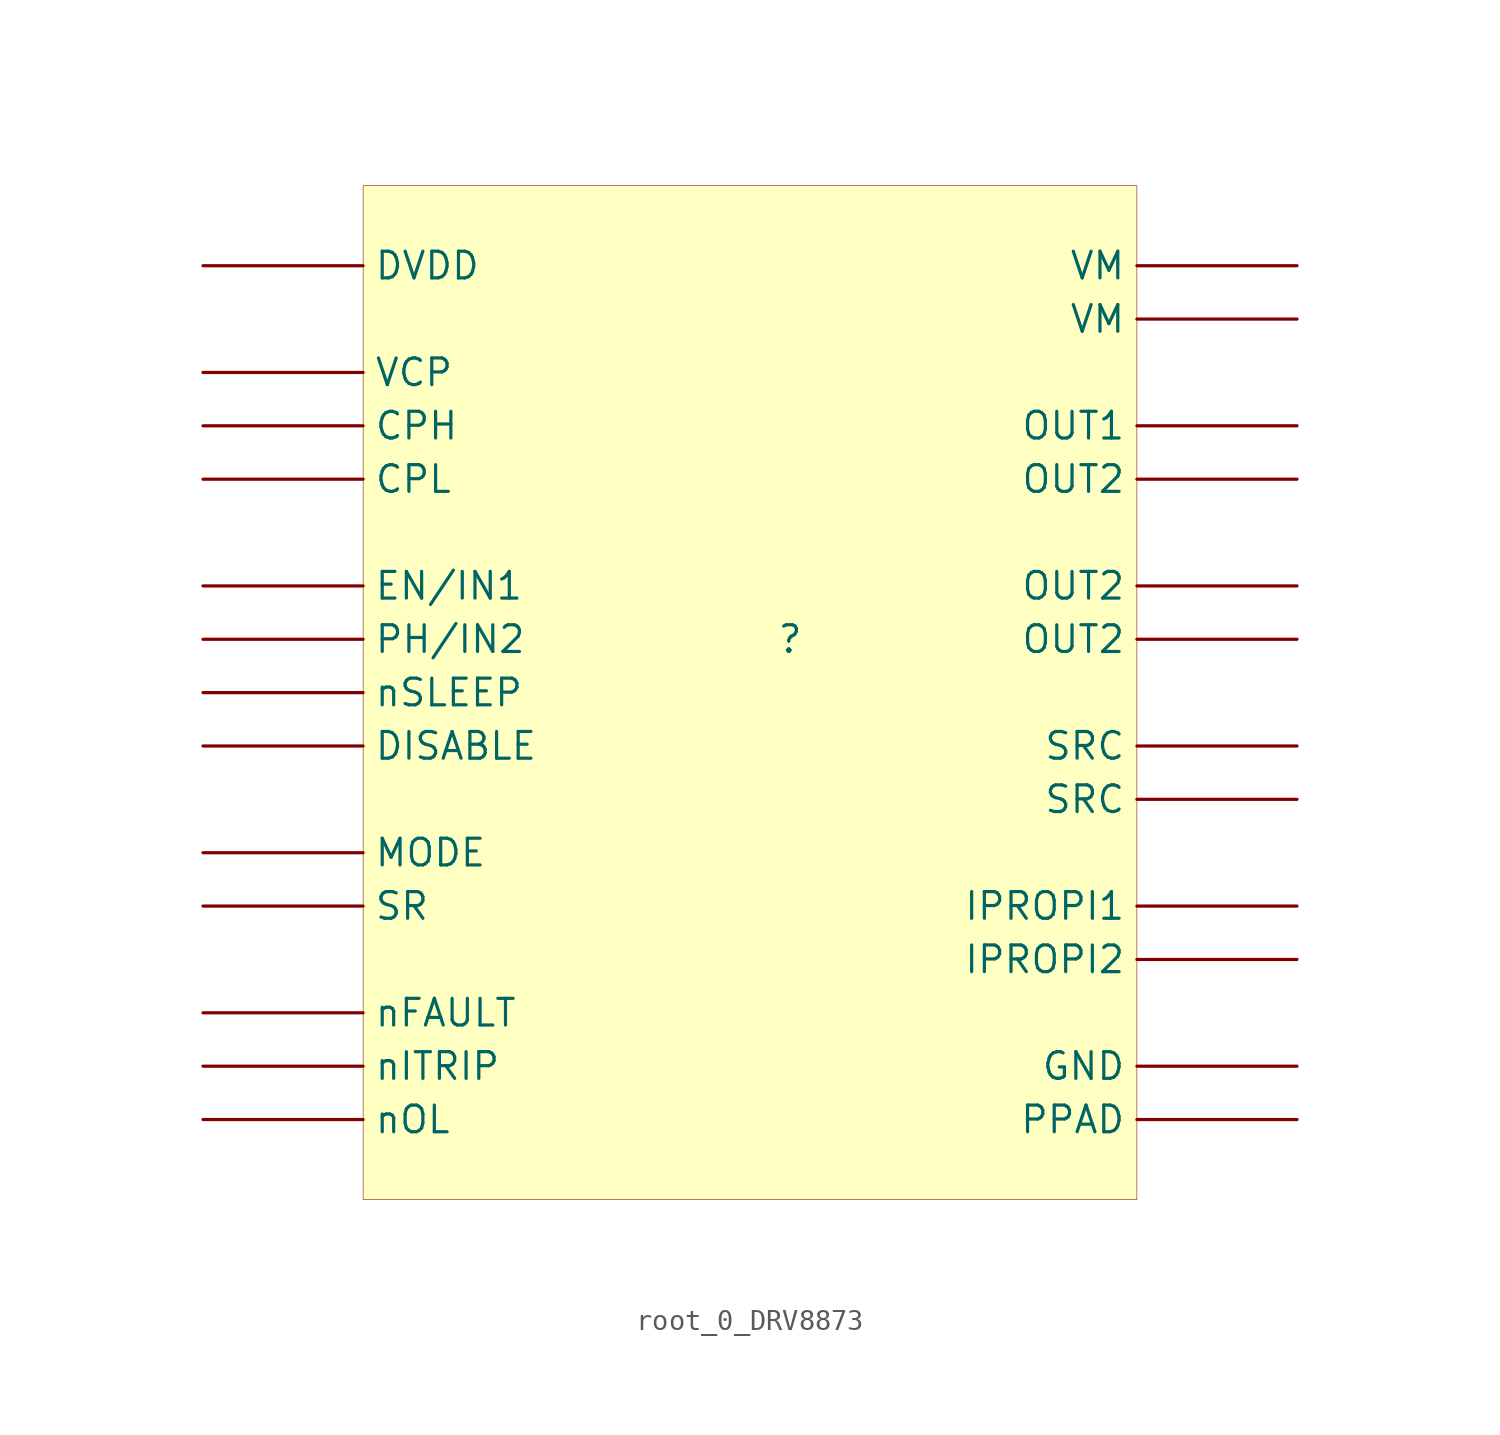
<source format=kicad_sym>
(kicad_symbol_lib
  (version 20231120)
  (generator "kicad_symbol_editor")
  (generator_version "8.0")
  (symbol "root_0_DRV8873"
    (property "Reference" ""
      (at 0 0 0)
      (effects (font (size 1.27 1.27))))
    (property "Value" ""
      (at 0 0 0)
      (effects (font (size 1.27 1.27))))
    (symbol "root_0_DRV8873_1_0"
      (rectangle (start 16.51 21.59) (end -20.32 -26.67) (stroke (width 0.025) (type solid) (color 128 0 0 1)) (fill (type background)))
      (pin passive line (at -27.94 17.78 0) (length 7.62) (name "DVDD" (effects (font (size 1.27 1.27)))) (number "1" (effects (font (size 0 0)))))
      (pin passive line (at 24.13 -12.7 180) (length 7.62) (name "IPROPI1" (effects (font (size 1.27 1.27)))) (number "10" (effects (font (size 0 0)))))
      (pin passive line (at -27.94 -2.54 0) (length 7.62) (name "nSLEEP" (effects (font (size 1.27 1.27)))) (number "11" (effects (font (size 0 0)))))
      (pin passive line (at 24.13 -15.24 180) (length 7.62) (name "IPROPI2" (effects (font (size 1.27 1.27)))) (number "12" (effects (font (size 0 0)))))
      (pin passive line (at 24.13 15.24 180) (length 7.62) (name "VM" (effects (font (size 1.27 1.27)))) (number "13" (effects (font (size 0 0)))))
      (pin passive line (at 24.13 0 180) (length 7.62) (name "OUT2" (effects (font (size 1.27 1.27)))) (number "14" (effects (font (size 0 0)))))
      (pin passive line (at 24.13 2.54 180) (length 7.62) (name "OUT2" (effects (font (size 1.27 1.27)))) (number "15" (effects (font (size 0 0)))))
      (pin passive line (at 24.13 -7.62 180) (length 7.62) (name "SRC" (effects (font (size 1.27 1.27)))) (number "16" (effects (font (size 0 0)))))
      (pin passive line (at 24.13 -5.08 180) (length 7.62) (name "SRC" (effects (font (size 1.27 1.27)))) (number "17" (effects (font (size 0 0)))))
      (pin passive line (at 24.13 7.62 180) (length 7.62) (name "OUT2" (effects (font (size 1.27 1.27)))) (number "18" (effects (font (size 0 0)))))
      (pin passive line (at 24.13 10.16 180) (length 7.62) (name "OUT1" (effects (font (size 1.27 1.27)))) (number "19" (effects (font (size 0 0)))))
      (pin passive line (at -27.94 -17.78 0) (length 7.62) (name "nFAULT" (effects (font (size 1.27 1.27)))) (number "2" (effects (font (size 0 0)))))
      (pin passive line (at 24.13 17.78 180) (length 7.62) (name "VM" (effects (font (size 1.27 1.27)))) (number "20" (effects (font (size 0 0)))))
      (pin passive line (at -27.94 12.7 0) (length 7.62) (name "VCP" (effects (font (size 1.27 1.27)))) (number "21" (effects (font (size 0 0)))))
      (pin passive line (at -27.94 10.16 0) (length 7.62) (name "CPH" (effects (font (size 1.27 1.27)))) (number "22" (effects (font (size 0 0)))))
      (pin passive line (at -27.94 7.62 0) (length 7.62) (name "CPL" (effects (font (size 1.27 1.27)))) (number "23" (effects (font (size 0 0)))))
      (pin passive line (at 24.13 -20.32 180) (length 7.62) (name "GND" (effects (font (size 1.27 1.27)))) (number "24" (effects (font (size 0 0)))))
      (pin passive line (at 24.13 -22.86 180) (length 7.62) (name "PPAD" (effects (font (size 1.27 1.27)))) (number "25" (effects (font (size 0 0)))))
      (pin passive line (at -27.94 -10.16 0) (length 7.62) (name "MODE" (effects (font (size 1.27 1.27)))) (number "3" (effects (font (size 0 0)))))
      (pin passive line (at -27.94 -12.7 0) (length 7.62) (name "SR" (effects (font (size 1.27 1.27)))) (number "4" (effects (font (size 0 0)))))
      (pin passive line (at -27.94 -20.32 0) (length 7.62) (name "nITRIP" (effects (font (size 1.27 1.27)))) (number "5" (effects (font (size 0 0)))))
      (pin passive line (at -27.94 -22.86 0) (length 7.62) (name "nOL" (effects (font (size 1.27 1.27)))) (number "6" (effects (font (size 0 0)))))
      (pin passive line (at -27.94 2.54 0) (length 7.62) (name "EN/IN1" (effects (font (size 1.27 1.27)))) (number "7" (effects (font (size 0 0)))))
      (pin passive line (at -27.94 0 0) (length 7.62) (name "PH/IN2" (effects (font (size 1.27 1.27)))) (number "8" (effects (font (size 0 0)))))
      (pin passive line (at -27.94 -5.08 0) (length 7.62) (name "DISABLE" (effects (font (size 1.27 1.27)))) (number "9" (effects (font (size 0 0))))))))
</source>
